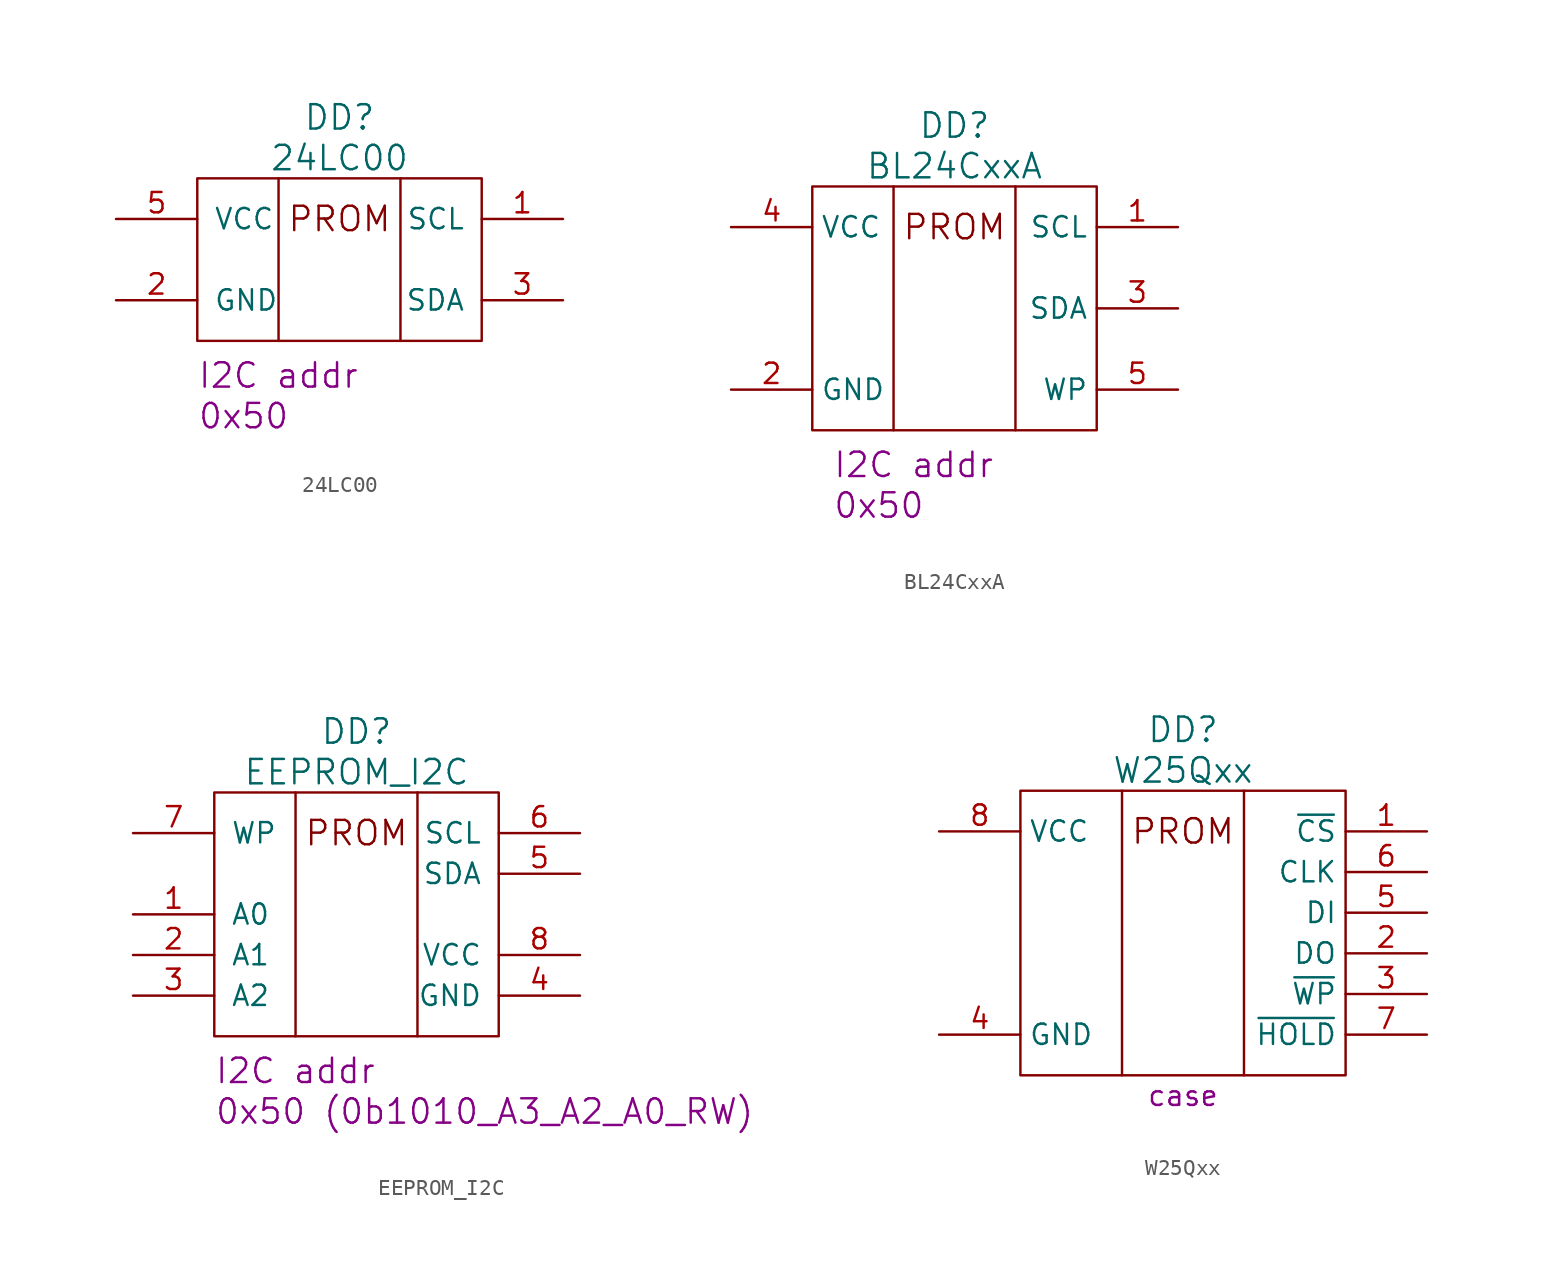
<source format=kicad_sym>
(kicad_symbol_lib
  (version 20220914)
  (generator kicad_symbol_editor)
  (symbol "24LC00"
    (pin_names
      (offset 1.016))
    (property "Reference" "DD"
      (at 0 8.89 0)
      (effects (font (size 1.524 1.524))))
    (property "Value" "24LC00"
      (at 0 6.35 0)
      (effects (font (size 1.524 1.524))))
    (property "I2C" "I2C addr"
      (at -8.89 -6.35 0)
      (effects (font (size 1.524 1.524)) (justify left top)))
    (property "Addr" "0x50"
      (at -8.89 -8.89 0)
      (effects (font (size 1.524 1.524)) (justify left top)))
    (symbol "24LC00_0_0"
      (polyline (pts (xy -3.81 5.08) (xy -3.81 -5.08)) (stroke (width 0) (type solid)) (fill (type none)))
      (polyline (pts (xy 3.81 5.08) (xy 3.81 -5.08)) (stroke (width 0) (type solid)) (fill (type none)))
      (text "PROM" (at 0 2.54 0) (effects (font (size 1.524 1.524)))))
    (symbol "24LC00_0_1"
      (rectangle (start -8.89 5.08) (end 8.89 -5.08) (stroke (width 0) (type solid)) (fill (type none))))
    (symbol "24LC00_1_1"
      (pin passive line (at 13.97 2.54 180) (length 5.08) (name "SCL" (effects (font (size 1.27 1.27)))) (number "1" (effects (font (size 1.27 1.27)))))
      (pin power_in line (at -13.97 -2.54 0) (length 5.08) (name "GND" (effects (font (size 1.27 1.27)))) (number "2" (effects (font (size 1.27 1.27)))))
      (pin passive line (at 13.97 -2.54 180) (length 5.08) (name "SDA" (effects (font (size 1.27 1.27)))) (number "3" (effects (font (size 1.27 1.27)))))
      (pin no_connect line (at 13.97 -6.35 180) (length 5.08) hide (name "NC" (effects (font (size 1.27 1.27)))) (number "4" (effects (font (size 1.27 1.27)))))
      (pin power_in line (at -13.97 2.54 0) (length 5.08) (name "VCC" (effects (font (size 1.27 1.27)))) (number "5" (effects (font (size 1.27 1.27)))))))
  (symbol "BL24CxxA"
    (property "Reference" "DD"
      (at 0 11.43 0)
      (effects (font (size 1.524 1.524))))
    (property "Value" "BL24CxxA"
      (at 0 8.89 0)
      (effects (font (size 1.524 1.524))))
    (property "I2C" "I2C addr"
      (at -7.62 -8.89 0)
      (effects (font (size 1.524 1.524)) (justify left top)))
    (property "Addr" "0x50"
      (at -7.62 -11.43 0)
      (effects (font (size 1.524 1.524)) (justify left top)))
    (symbol "BL24CxxA_0_0"
      (polyline (pts (xy -3.81 7.62) (xy -3.81 -7.62)) (stroke (width 0) (type solid)) (fill (type none)))
      (polyline (pts (xy 3.81 7.62) (xy 3.81 -7.62)) (stroke (width 0) (type solid)) (fill (type none)))
      (text "PROM" (at 0 5.08 0) (effects (font (size 1.524 1.524)))))
    (symbol "BL24CxxA_0_1"
      (rectangle (start -8.89 7.62) (end 8.89 -7.62) (stroke (width 0) (type solid)) (fill (type none))))
    (symbol "BL24CxxA_1_1"
      (pin passive line (at 13.97 5.08 180) (length 5.08) (name "SCL" (effects (font (size 1.27 1.27)))) (number "1" (effects (font (size 1.27 1.27)))))
      (pin power_in line (at -13.97 -5.08 0) (length 5.08) (name "GND" (effects (font (size 1.27 1.27)))) (number "2" (effects (font (size 1.27 1.27)))))
      (pin passive line (at 13.97 0 180) (length 5.08) (name "SDA" (effects (font (size 1.27 1.27)))) (number "3" (effects (font (size 1.27 1.27)))))
      (pin power_in line (at -13.97 5.08 0) (length 5.08) (name "VCC" (effects (font (size 1.27 1.27)))) (number "4" (effects (font (size 1.27 1.27)))))
      (pin passive line (at 13.97 -5.08 180) (length 5.08) (name "WP" (effects (font (size 1.27 1.27)))) (number "5" (effects (font (size 1.27 1.27)))))))
  (symbol "EEPROM_I2C"
    (pin_names
      (offset 1.016))
    (property "Reference" "DD"
      (at 0 11.43 0)
      (effects (font (size 1.524 1.524))))
    (property "Value" "EEPROM_I2C"
      (at 0 8.89 0)
      (effects (font (size 1.524 1.524))))
    (property "I2C addr" "I2C addr"
      (at -8.89 -8.89 0)
      (effects (font (size 1.524 1.524)) (justify left top)))
    (property "Addr" "0x50 (0b1010_A3_A2_A0_RW)"
      (at -8.89 -11.43 0)
      (effects (font (size 1.524 1.524)) (justify left top)))
    (symbol "EEPROM_I2C_0_0"
      (polyline (pts (xy -3.81 7.62) (xy -3.81 -7.62)) (stroke (width 0) (type solid)) (fill (type none)))
      (polyline (pts (xy 3.81 7.62) (xy 3.81 -7.62)) (stroke (width 0) (type solid)) (fill (type none)))
      (text "PROM" (at 0 5.08 0) (effects (font (size 1.524 1.524)))))
    (symbol "EEPROM_I2C_0_1"
      (rectangle (start -8.89 7.62) (end 8.89 -7.62) (stroke (width 0) (type solid)) (fill (type none))))
    (symbol "EEPROM_I2C_1_1"
      (pin passive line (at -13.97 0 0) (length 5.08) (name "A0" (effects (font (size 1.27 1.27)))) (number "1" (effects (font (size 1.27 1.27)))))
      (pin passive line (at -13.97 -2.54 0) (length 5.08) (name "A1" (effects (font (size 1.27 1.27)))) (number "2" (effects (font (size 1.27 1.27)))))
      (pin passive line (at -13.97 -5.08 0) (length 5.08) (name "A2" (effects (font (size 1.27 1.27)))) (number "3" (effects (font (size 1.27 1.27)))))
      (pin power_in line (at 13.97 -5.08 180) (length 5.08) (name "GND" (effects (font (size 1.27 1.27)))) (number "4" (effects (font (size 1.27 1.27)))))
      (pin passive line (at 13.97 2.54 180) (length 5.08) (name "SDA" (effects (font (size 1.27 1.27)))) (number "5" (effects (font (size 1.27 1.27)))))
      (pin passive line (at 13.97 5.08 180) (length 5.08) (name "SCL" (effects (font (size 1.27 1.27)))) (number "6" (effects (font (size 1.27 1.27)))))
      (pin passive line (at -13.97 5.08 0) (length 5.08) (name "WP" (effects (font (size 1.27 1.27)))) (number "7" (effects (font (size 1.27 1.27)))))
      (pin power_in line (at 13.97 -2.54 180) (length 5.08) (name "VCC" (effects (font (size 1.27 1.27)))) (number "8" (effects (font (size 1.27 1.27)))))))
  (symbol "W25Qxx"
    (property "Reference" "DD"
      (at 0 12.7 0)
      (effects (font (size 1.524 1.524))))
    (property "Value" "W25Qxx"
      (at 0 10.16 0)
      (effects (font (size 1.524 1.524))))
    (property "Case" "case"
      (at 0 -10.16 0)
      (effects (font (size 1.27 1.27))))
    (symbol "W25Qxx_0_0"
      (polyline (pts (xy -3.81 8.89) (xy -3.81 -8.89)) (stroke (width 0) (type solid)) (fill (type none)))
      (polyline (pts (xy 3.81 8.89) (xy 3.81 -8.89)) (stroke (width 0) (type solid)) (fill (type none)))
      (text "PROM" (at 0 6.35 0) (effects (font (size 1.524 1.524)))))
    (symbol "W25Qxx_0_1"
      (rectangle (start -10.16 8.89) (end 10.16 -8.89) (stroke (width 0) (type solid)) (fill (type none))))
    (symbol "W25Qxx_1_1"
      (pin passive line (at 15.24 6.35 180) (length 5.08) (name "~{CS}" (effects (font (size 1.27 1.27)))) (number "1" (effects (font (size 1.27 1.27)))))
      (pin passive line (at 15.24 -1.27 180) (length 5.08) (name "DO" (effects (font (size 1.27 1.27)))) (number "2" (effects (font (size 1.27 1.27)))))
      (pin passive line (at 15.24 -3.81 180) (length 5.08) (name "~{WP}" (effects (font (size 1.27 1.27)))) (number "3" (effects (font (size 1.27 1.27)))))
      (pin power_in line (at -15.24 -6.35 0) (length 5.08) (name "GND" (effects (font (size 1.27 1.27)))) (number "4" (effects (font (size 1.27 1.27)))))
      (pin passive line (at 15.24 1.27 180) (length 5.08) (name "DI" (effects (font (size 1.27 1.27)))) (number "5" (effects (font (size 1.27 1.27)))))
      (pin passive line (at 15.24 3.81 180) (length 5.08) (name "CLK" (effects (font (size 1.27 1.27)))) (number "6" (effects (font (size 1.27 1.27)))))
      (pin passive line (at 15.24 -6.35 180) (length 5.08) (name "~{HOLD}" (effects (font (size 1.27 1.27)))) (number "7" (effects (font (size 1.27 1.27)))))
      (pin power_in line (at -15.24 6.35 0) (length 5.08) (name "VCC" (effects (font (size 1.27 1.27)))) (number "8" (effects (font (size 1.27 1.27))))))))
</source>
